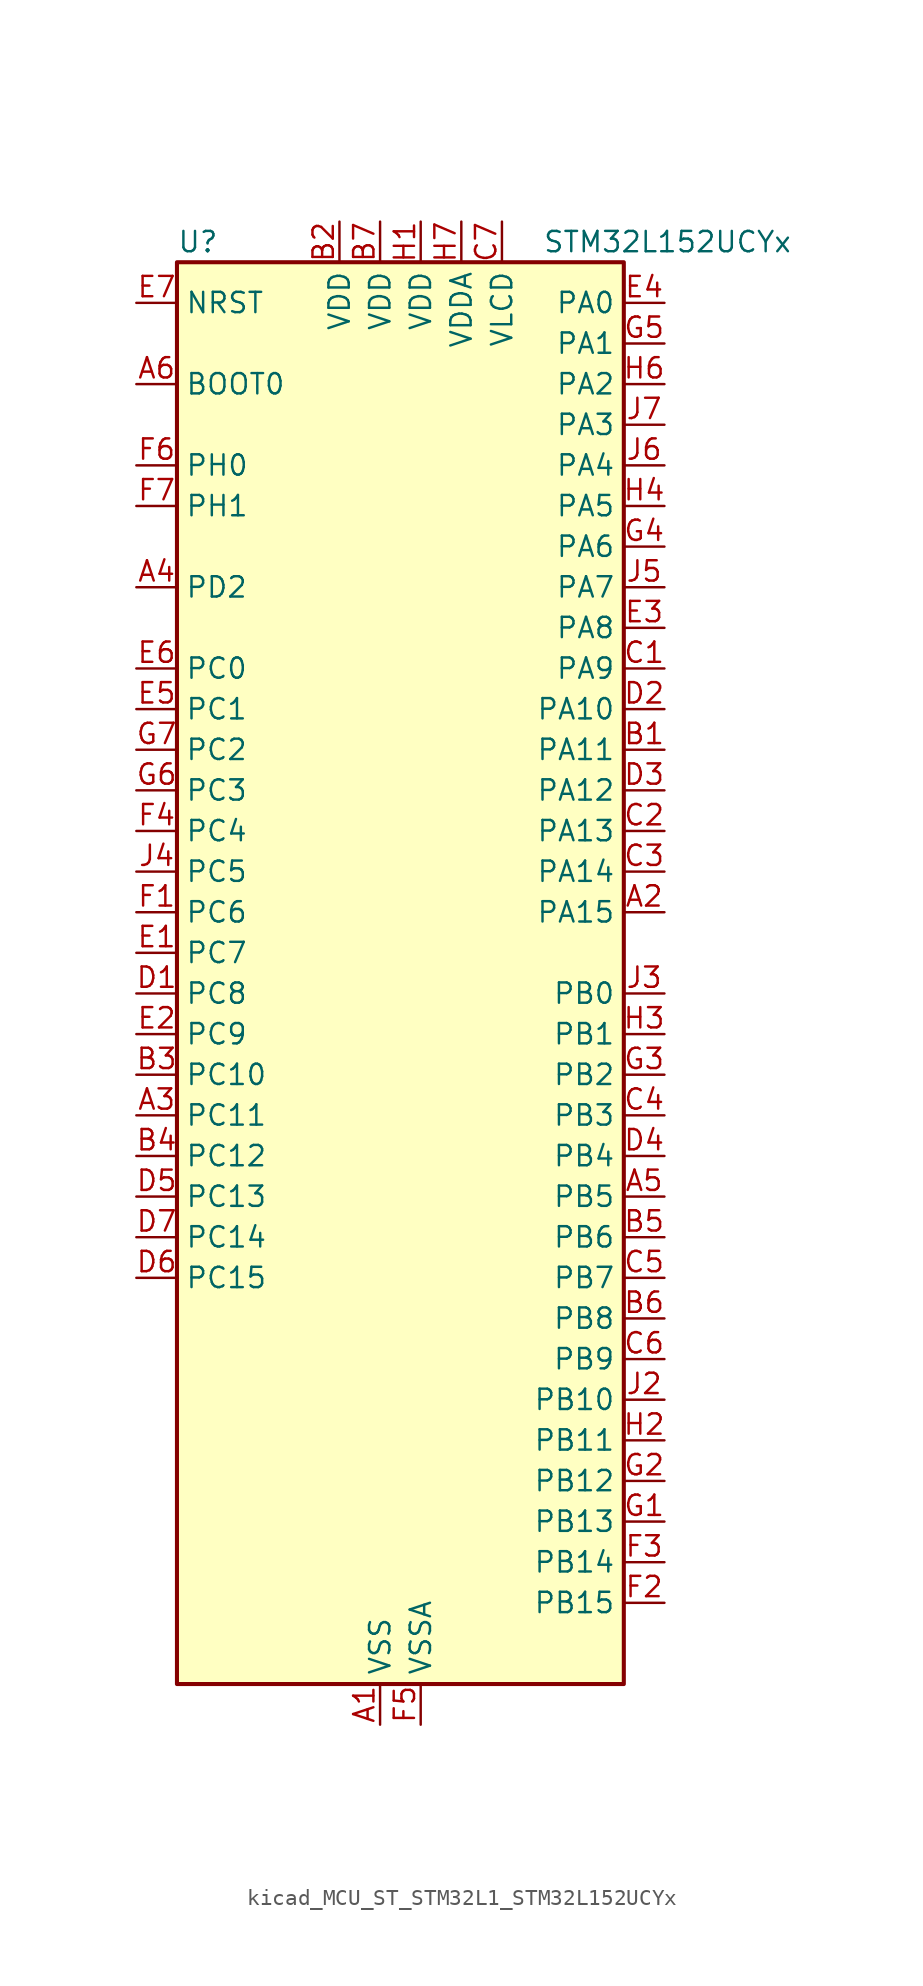
<source format=kicad_sym>
(kicad_symbol_lib
  (version 20220914)
  (generator kicad_symbol_editor)
  (symbol "kicad_MCU_ST_STM32L1_STM32L152UCYx"
    (property "Reference" "U"
      (at -12.7 46.99 0)
      (effects (font (size 1.27 1.27)) (justify left)))
    (property "Value" "STM32L152UCYx"
      (at 10.16 46.99 0)
      (effects (font (size 1.27 1.27)) (justify left)))
    (property "ki_locked" ""
      (at 0 0 0)
      (effects (font (size 1.27 1.27))))
    (symbol "kicad_MCU_ST_STM32L1_STM32L152UCYx_0_1"
      (rectangle (start -12.7 -43.18) (end 15.24 45.72) (stroke (width 0.254) (type default)) (fill (type background))))
    (symbol "kicad_MCU_ST_STM32L1_STM32L152UCYx_1_1"
      (pin power_in line (at 0 -45.72 90) (length 2.54) (name "VSS" (effects (font (size 1.27 1.27)))) (number "A1" (effects (font (size 1.27 1.27)))))
      (pin bidirectional line (at 17.78 5.08 180) (length 2.54) (name "PA15" (effects (font (size 1.27 1.27)))) (number "A2" (effects (font (size 1.27 1.27)))) (alternate "ADC_EXTI15" bidirectional line) (alternate "I2S3_WS" bidirectional line) (alternate "LCD_SEG17" bidirectional line) (alternate "SPI1_NSS" bidirectional line) (alternate "SPI3_NSS" bidirectional line) (alternate "SYS_JTDI" bidirectional line) (alternate "TIM2_CH1" bidirectional line) (alternate "TIM2_ETR" bidirectional line) (alternate "TIMX_IC4" bidirectional line) (alternate "TS_G5_IO3" bidirectional line))
      (pin bidirectional line (at -15.24 -7.62 0) (length 2.54) (name "PC11" (effects (font (size 1.27 1.27)))) (number "A3" (effects (font (size 1.27 1.27)))) (alternate "ADC_EXTI11" bidirectional line) (alternate "LCD_COM5" bidirectional line) (alternate "LCD_SEG29" bidirectional line) (alternate "SPI3_MISO" bidirectional line) (alternate "TIMX_IC4" bidirectional line) (alternate "USART3_RX" bidirectional line))
      (pin bidirectional line (at -15.24 25.4 0) (length 2.54) (name "PD2" (effects (font (size 1.27 1.27)))) (number "A4" (effects (font (size 1.27 1.27)))) (alternate "LCD_COM7" bidirectional line) (alternate "LCD_SEG31" bidirectional line) (alternate "TIM3_ETR" bidirectional line) (alternate "TIMX_IC3" bidirectional line))
      (pin bidirectional line (at 17.78 -12.7 180) (length 2.54) (name "PB5" (effects (font (size 1.27 1.27)))) (number "A5" (effects (font (size 1.27 1.27)))) (alternate "COMP2_INP" bidirectional line) (alternate "I2C1_SMBA" bidirectional line) (alternate "I2S3_SD" bidirectional line) (alternate "LCD_SEG9" bidirectional line) (alternate "SPI1_MOSI" bidirectional line) (alternate "SPI3_MOSI" bidirectional line) (alternate "TIM3_CH2" bidirectional line) (alternate "TS_G6_IO2" bidirectional line))
      (pin input line (at -15.24 38.1 0) (length 2.54) (name "BOOT0" (effects (font (size 1.27 1.27)))) (number "A6" (effects (font (size 1.27 1.27)))))
      (pin passive line (at 0 -45.72 90) (length 2.54) hide (name "VSS" (effects (font (size 1.27 1.27)))) (number "A7" (effects (font (size 1.27 1.27)))))
      (pin bidirectional line (at 17.78 15.24 180) (length 2.54) (name "PA11" (effects (font (size 1.27 1.27)))) (number "B1" (effects (font (size 1.27 1.27)))) (alternate "ADC_EXTI11" bidirectional line) (alternate "SPI1_MISO" bidirectional line) (alternate "TIMX_IC4" bidirectional line) (alternate "USART1_CTS" bidirectional line) (alternate "USB_DM" bidirectional line))
      (pin power_in line (at -2.54 48.26 270) (length 2.54) (name "VDD" (effects (font (size 1.27 1.27)))) (number "B2" (effects (font (size 1.27 1.27)))))
      (pin bidirectional line (at -15.24 -5.08 0) (length 2.54) (name "PC10" (effects (font (size 1.27 1.27)))) (number "B3" (effects (font (size 1.27 1.27)))) (alternate "I2S3_CK" bidirectional line) (alternate "LCD_COM4" bidirectional line) (alternate "LCD_SEG28" bidirectional line) (alternate "SPI3_SCK" bidirectional line) (alternate "TIMX_IC3" bidirectional line) (alternate "USART3_TX" bidirectional line))
      (pin bidirectional line (at -15.24 -10.16 0) (length 2.54) (name "PC12" (effects (font (size 1.27 1.27)))) (number "B4" (effects (font (size 1.27 1.27)))) (alternate "I2S3_SD" bidirectional line) (alternate "LCD_COM6" bidirectional line) (alternate "LCD_SEG30" bidirectional line) (alternate "SPI3_MOSI" bidirectional line) (alternate "TIMX_IC1" bidirectional line) (alternate "USART3_CK" bidirectional line))
      (pin bidirectional line (at 17.78 -15.24 180) (length 2.54) (name "PB6" (effects (font (size 1.27 1.27)))) (number "B5" (effects (font (size 1.27 1.27)))) (alternate "COMP2_INP" bidirectional line) (alternate "I2C1_SCL" bidirectional line) (alternate "TIM4_CH1" bidirectional line) (alternate "TS_G6_IO3" bidirectional line) (alternate "USART1_TX" bidirectional line))
      (pin bidirectional line (at 17.78 -20.32 180) (length 2.54) (name "PB8" (effects (font (size 1.27 1.27)))) (number "B6" (effects (font (size 1.27 1.27)))) (alternate "I2C1_SCL" bidirectional line) (alternate "LCD_SEG16" bidirectional line) (alternate "TIM10_CH1" bidirectional line) (alternate "TIM4_CH3" bidirectional line))
      (pin power_in line (at 0 48.26 270) (length 2.54) (name "VDD" (effects (font (size 1.27 1.27)))) (number "B7" (effects (font (size 1.27 1.27)))))
      (pin bidirectional line (at 17.78 20.32 180) (length 2.54) (name "PA9" (effects (font (size 1.27 1.27)))) (number "C1" (effects (font (size 1.27 1.27)))) (alternate "DAC_EXTI9" bidirectional line) (alternate "LCD_COM1" bidirectional line) (alternate "TIMX_IC2" bidirectional line) (alternate "TS_G4_IO2" bidirectional line) (alternate "USART1_TX" bidirectional line))
      (pin bidirectional line (at 17.78 10.16 180) (length 2.54) (name "PA13" (effects (font (size 1.27 1.27)))) (number "C2" (effects (font (size 1.27 1.27)))) (alternate "SYS_JTMS-SWDIO" bidirectional line) (alternate "TIMX_IC2" bidirectional line) (alternate "TS_G5_IO1" bidirectional line))
      (pin bidirectional line (at 17.78 7.62 180) (length 2.54) (name "PA14" (effects (font (size 1.27 1.27)))) (number "C3" (effects (font (size 1.27 1.27)))) (alternate "SYS_JTCK-SWCLK" bidirectional line) (alternate "TIMX_IC3" bidirectional line) (alternate "TS_G5_IO2" bidirectional line))
      (pin bidirectional line (at 17.78 -7.62 180) (length 2.54) (name "PB3" (effects (font (size 1.27 1.27)))) (number "C4" (effects (font (size 1.27 1.27)))) (alternate "COMP2_INM" bidirectional line) (alternate "I2S3_CK" bidirectional line) (alternate "LCD_SEG7" bidirectional line) (alternate "SPI1_SCK" bidirectional line) (alternate "SPI3_SCK" bidirectional line) (alternate "SYS_JTDO-TRACESWO" bidirectional line) (alternate "TIM2_CH2" bidirectional line))
      (pin bidirectional line (at 17.78 -17.78 180) (length 2.54) (name "PB7" (effects (font (size 1.27 1.27)))) (number "C5" (effects (font (size 1.27 1.27)))) (alternate "COMP2_INP" bidirectional line) (alternate "I2C1_SDA" bidirectional line) (alternate "SYS_PVD_IN" bidirectional line) (alternate "TIM4_CH2" bidirectional line) (alternate "TS_G6_IO4" bidirectional line) (alternate "USART1_RX" bidirectional line))
      (pin bidirectional line (at 17.78 -22.86 180) (length 2.54) (name "PB9" (effects (font (size 1.27 1.27)))) (number "C6" (effects (font (size 1.27 1.27)))) (alternate "DAC_EXTI9" bidirectional line) (alternate "I2C1_SDA" bidirectional line) (alternate "LCD_COM3" bidirectional line) (alternate "TIM11_CH1" bidirectional line) (alternate "TIM4_CH4" bidirectional line))
      (pin power_in line (at 7.62 48.26 270) (length 2.54) (name "VLCD" (effects (font (size 1.27 1.27)))) (number "C7" (effects (font (size 1.27 1.27)))))
      (pin bidirectional line (at -15.24 0 0) (length 2.54) (name "PC8" (effects (font (size 1.27 1.27)))) (number "D1" (effects (font (size 1.27 1.27)))) (alternate "LCD_SEG26" bidirectional line) (alternate "TIM3_CH3" bidirectional line) (alternate "TIMX_IC1" bidirectional line) (alternate "TS_G10_IO3" bidirectional line))
      (pin bidirectional line (at 17.78 17.78 180) (length 2.54) (name "PA10" (effects (font (size 1.27 1.27)))) (number "D2" (effects (font (size 1.27 1.27)))) (alternate "LCD_COM2" bidirectional line) (alternate "TIMX_IC3" bidirectional line) (alternate "TS_G4_IO3" bidirectional line) (alternate "USART1_RX" bidirectional line))
      (pin bidirectional line (at 17.78 12.7 180) (length 2.54) (name "PA12" (effects (font (size 1.27 1.27)))) (number "D3" (effects (font (size 1.27 1.27)))) (alternate "SPI1_MOSI" bidirectional line) (alternate "TIMX_IC1" bidirectional line) (alternate "USART1_RTS" bidirectional line) (alternate "USB_DP" bidirectional line))
      (pin bidirectional line (at 17.78 -10.16 180) (length 2.54) (name "PB4" (effects (font (size 1.27 1.27)))) (number "D4" (effects (font (size 1.27 1.27)))) (alternate "COMP2_INP" bidirectional line) (alternate "LCD_SEG8" bidirectional line) (alternate "SPI1_MISO" bidirectional line) (alternate "SPI3_MISO" bidirectional line) (alternate "SYS_JTRST" bidirectional line) (alternate "TIM3_CH1" bidirectional line) (alternate "TS_G6_IO1" bidirectional line))
      (pin bidirectional line (at -15.24 -12.7 0) (length 2.54) (name "PC13" (effects (font (size 1.27 1.27)))) (number "D5" (effects (font (size 1.27 1.27)))) (alternate "RTC_OUT_ALARM" bidirectional line) (alternate "RTC_OUT_CALIB" bidirectional line) (alternate "RTC_TAMP1" bidirectional line) (alternate "RTC_TS" bidirectional line) (alternate "SYS_WKUP2" bidirectional line) (alternate "TIMX_IC2" bidirectional line))
      (pin bidirectional line (at -15.24 -17.78 0) (length 2.54) (name "PC15" (effects (font (size 1.27 1.27)))) (number "D6" (effects (font (size 1.27 1.27)))) (alternate "ADC_EXTI15" bidirectional line) (alternate "RCC_OSC32_OUT" bidirectional line) (alternate "TIMX_IC4" bidirectional line))
      (pin bidirectional line (at -15.24 -15.24 0) (length 2.54) (name "PC14" (effects (font (size 1.27 1.27)))) (number "D7" (effects (font (size 1.27 1.27)))) (alternate "RCC_OSC32_IN" bidirectional line) (alternate "TIMX_IC3" bidirectional line))
      (pin bidirectional line (at -15.24 2.54 0) (length 2.54) (name "PC7" (effects (font (size 1.27 1.27)))) (number "E1" (effects (font (size 1.27 1.27)))) (alternate "I2S3_MCK" bidirectional line) (alternate "LCD_SEG25" bidirectional line) (alternate "TIM3_CH2" bidirectional line) (alternate "TIMX_IC4" bidirectional line) (alternate "TS_G10_IO2" bidirectional line))
      (pin bidirectional line (at -15.24 -2.54 0) (length 2.54) (name "PC9" (effects (font (size 1.27 1.27)))) (number "E2" (effects (font (size 1.27 1.27)))) (alternate "DAC_EXTI9" bidirectional line) (alternate "LCD_SEG27" bidirectional line) (alternate "TIM3_CH4" bidirectional line) (alternate "TIMX_IC2" bidirectional line) (alternate "TS_G10_IO4" bidirectional line))
      (pin bidirectional line (at 17.78 22.86 180) (length 2.54) (name "PA8" (effects (font (size 1.27 1.27)))) (number "E3" (effects (font (size 1.27 1.27)))) (alternate "LCD_COM0" bidirectional line) (alternate "RCC_MCO" bidirectional line) (alternate "TIMX_IC1" bidirectional line) (alternate "TS_G4_IO1" bidirectional line) (alternate "USART1_CK" bidirectional line))
      (pin bidirectional line (at 17.78 43.18 180) (length 2.54) (name "PA0" (effects (font (size 1.27 1.27)))) (number "E4" (effects (font (size 1.27 1.27)))) (alternate "ADC_IN0" bidirectional line) (alternate "COMP1_INP" bidirectional line) (alternate "RTC_TAMP2" bidirectional line) (alternate "SYS_WKUP1" bidirectional line) (alternate "TIM2_CH1" bidirectional line) (alternate "TIM2_ETR" bidirectional line) (alternate "TIM5_CH1" bidirectional line) (alternate "TIMX_IC1" bidirectional line) (alternate "TS_G1_IO1" bidirectional line) (alternate "USART2_CTS" bidirectional line))
      (pin bidirectional line (at -15.24 17.78 0) (length 2.54) (name "PC1" (effects (font (size 1.27 1.27)))) (number "E5" (effects (font (size 1.27 1.27)))) (alternate "ADC_IN11" bidirectional line) (alternate "COMP1_INP" bidirectional line) (alternate "LCD_SEG19" bidirectional line) (alternate "TIMX_IC2" bidirectional line) (alternate "TS_G8_IO2" bidirectional line))
      (pin bidirectional line (at -15.24 20.32 0) (length 2.54) (name "PC0" (effects (font (size 1.27 1.27)))) (number "E6" (effects (font (size 1.27 1.27)))) (alternate "ADC_IN10" bidirectional line) (alternate "COMP1_INP" bidirectional line) (alternate "LCD_SEG18" bidirectional line) (alternate "TIMX_IC1" bidirectional line) (alternate "TS_G8_IO1" bidirectional line))
      (pin input line (at -15.24 43.18 0) (length 2.54) (name "NRST" (effects (font (size 1.27 1.27)))) (number "E7" (effects (font (size 1.27 1.27)))))
      (pin bidirectional line (at -15.24 5.08 0) (length 2.54) (name "PC6" (effects (font (size 1.27 1.27)))) (number "F1" (effects (font (size 1.27 1.27)))) (alternate "I2S2_MCK" bidirectional line) (alternate "LCD_SEG24" bidirectional line) (alternate "TIM3_CH1" bidirectional line) (alternate "TIMX_IC3" bidirectional line) (alternate "TS_G10_IO1" bidirectional line))
      (pin bidirectional line (at 17.78 -38.1 180) (length 2.54) (name "PB15" (effects (font (size 1.27 1.27)))) (number "F2" (effects (font (size 1.27 1.27)))) (alternate "ADC_EXTI15" bidirectional line) (alternate "ADC_IN21" bidirectional line) (alternate "COMP1_INP" bidirectional line) (alternate "I2S2_SD" bidirectional line) (alternate "LCD_SEG15" bidirectional line) (alternate "RTC_REFIN" bidirectional line) (alternate "SPI2_MOSI" bidirectional line) (alternate "TIM11_CH1" bidirectional line) (alternate "TS_G7_IO4" bidirectional line))
      (pin bidirectional line (at 17.78 -35.56 180) (length 2.54) (name "PB14" (effects (font (size 1.27 1.27)))) (number "F3" (effects (font (size 1.27 1.27)))) (alternate "ADC_IN20" bidirectional line) (alternate "COMP1_INP" bidirectional line) (alternate "LCD_SEG14" bidirectional line) (alternate "SPI2_MISO" bidirectional line) (alternate "TIM9_CH2" bidirectional line) (alternate "TS_G7_IO3" bidirectional line) (alternate "USART3_RTS" bidirectional line))
      (pin bidirectional line (at -15.24 10.16 0) (length 2.54) (name "PC4" (effects (font (size 1.27 1.27)))) (number "F4" (effects (font (size 1.27 1.27)))) (alternate "ADC_IN14" bidirectional line) (alternate "COMP1_INP" bidirectional line) (alternate "LCD_SEG22" bidirectional line) (alternate "TIMX_IC1" bidirectional line) (alternate "TS_G9_IO1" bidirectional line))
      (pin power_in line (at 2.54 -45.72 90) (length 2.54) (name "VSSA" (effects (font (size 1.27 1.27)))) (number "F5" (effects (font (size 1.27 1.27)))))
      (pin bidirectional line (at -15.24 33.02 0) (length 2.54) (name "PH0" (effects (font (size 1.27 1.27)))) (number "F6" (effects (font (size 1.27 1.27)))) (alternate "RCC_OSC_IN" bidirectional line))
      (pin bidirectional line (at -15.24 30.48 0) (length 2.54) (name "PH1" (effects (font (size 1.27 1.27)))) (number "F7" (effects (font (size 1.27 1.27)))) (alternate "RCC_OSC_OUT" bidirectional line))
      (pin bidirectional line (at 17.78 -33.02 180) (length 2.54) (name "PB13" (effects (font (size 1.27 1.27)))) (number "G1" (effects (font (size 1.27 1.27)))) (alternate "ADC_IN19" bidirectional line) (alternate "COMP1_INP" bidirectional line) (alternate "I2S2_CK" bidirectional line) (alternate "LCD_SEG13" bidirectional line) (alternate "SPI2_SCK" bidirectional line) (alternate "TIM9_CH1" bidirectional line) (alternate "TS_G7_IO2" bidirectional line) (alternate "USART3_CTS" bidirectional line))
      (pin bidirectional line (at 17.78 -30.48 180) (length 2.54) (name "PB12" (effects (font (size 1.27 1.27)))) (number "G2" (effects (font (size 1.27 1.27)))) (alternate "ADC_IN18" bidirectional line) (alternate "COMP1_INP" bidirectional line) (alternate "I2C2_SMBA" bidirectional line) (alternate "I2S2_WS" bidirectional line) (alternate "LCD_SEG12" bidirectional line) (alternate "SPI2_NSS" bidirectional line) (alternate "TIM10_CH1" bidirectional line) (alternate "TS_G7_IO1" bidirectional line) (alternate "USART3_CK" bidirectional line))
      (pin bidirectional line (at 17.78 -5.08 180) (length 2.54) (name "PB2" (effects (font (size 1.27 1.27)))) (number "G3" (effects (font (size 1.27 1.27)))) (alternate "TS_G3_IO3" bidirectional line))
      (pin bidirectional line (at 17.78 27.94 180) (length 2.54) (name "PA6" (effects (font (size 1.27 1.27)))) (number "G4" (effects (font (size 1.27 1.27)))) (alternate "ADC_IN6" bidirectional line) (alternate "COMP1_INP" bidirectional line) (alternate "LCD_SEG3" bidirectional line) (alternate "OPAMP2_VINP" bidirectional line) (alternate "SPI1_MISO" bidirectional line) (alternate "TIM10_CH1" bidirectional line) (alternate "TIM3_CH1" bidirectional line) (alternate "TIMX_IC3" bidirectional line) (alternate "TS_G2_IO1" bidirectional line))
      (pin bidirectional line (at 17.78 40.64 180) (length 2.54) (name "PA1" (effects (font (size 1.27 1.27)))) (number "G5" (effects (font (size 1.27 1.27)))) (alternate "ADC_IN1" bidirectional line) (alternate "COMP1_INP" bidirectional line) (alternate "LCD_SEG0" bidirectional line) (alternate "OPAMP1_VINP" bidirectional line) (alternate "TIM2_CH2" bidirectional line) (alternate "TIM5_CH2" bidirectional line) (alternate "TIMX_IC2" bidirectional line) (alternate "TS_G1_IO2" bidirectional line) (alternate "USART2_RTS" bidirectional line))
      (pin bidirectional line (at -15.24 12.7 0) (length 2.54) (name "PC3" (effects (font (size 1.27 1.27)))) (number "G6" (effects (font (size 1.27 1.27)))) (alternate "ADC_IN13" bidirectional line) (alternate "COMP1_INP" bidirectional line) (alternate "LCD_SEG21" bidirectional line) (alternate "TIMX_IC4" bidirectional line) (alternate "TS_G8_IO4" bidirectional line))
      (pin bidirectional line (at -15.24 15.24 0) (length 2.54) (name "PC2" (effects (font (size 1.27 1.27)))) (number "G7" (effects (font (size 1.27 1.27)))) (alternate "ADC_IN12" bidirectional line) (alternate "COMP1_INP" bidirectional line) (alternate "LCD_SEG20" bidirectional line) (alternate "TIMX_IC3" bidirectional line) (alternate "TS_G8_IO3" bidirectional line))
      (pin power_in line (at 2.54 48.26 270) (length 2.54) (name "VDD" (effects (font (size 1.27 1.27)))) (number "H1" (effects (font (size 1.27 1.27)))))
      (pin bidirectional line (at 17.78 -27.94 180) (length 2.54) (name "PB11" (effects (font (size 1.27 1.27)))) (number "H2" (effects (font (size 1.27 1.27)))) (alternate "ADC_EXTI11" bidirectional line) (alternate "I2C2_SDA" bidirectional line) (alternate "LCD_SEG11" bidirectional line) (alternate "TIM2_CH4" bidirectional line) (alternate "USART3_RX" bidirectional line))
      (pin bidirectional line (at 17.78 -2.54 180) (length 2.54) (name "PB1" (effects (font (size 1.27 1.27)))) (number "H3" (effects (font (size 1.27 1.27)))) (alternate "ADC_IN9" bidirectional line) (alternate "COMP1_INP" bidirectional line) (alternate "LCD_SEG6" bidirectional line) (alternate "SYS_V_REF_OUT" bidirectional line) (alternate "TIM3_CH4" bidirectional line) (alternate "TS_G3_IO2" bidirectional line))
      (pin bidirectional line (at 17.78 30.48 180) (length 2.54) (name "PA5" (effects (font (size 1.27 1.27)))) (number "H4" (effects (font (size 1.27 1.27)))) (alternate "ADC_IN5" bidirectional line) (alternate "COMP1_INP" bidirectional line) (alternate "DAC_OUT2" bidirectional line) (alternate "SPI1_SCK" bidirectional line) (alternate "TIM2_CH1" bidirectional line) (alternate "TIM2_ETR" bidirectional line) (alternate "TIMX_IC2" bidirectional line))
      (pin passive line (at 0 -45.72 90) (length 2.54) hide (name "VSS" (effects (font (size 1.27 1.27)))) (number "H5" (effects (font (size 1.27 1.27)))))
      (pin bidirectional line (at 17.78 38.1 180) (length 2.54) (name "PA2" (effects (font (size 1.27 1.27)))) (number "H6" (effects (font (size 1.27 1.27)))) (alternate "ADC_IN2" bidirectional line) (alternate "COMP1_INP" bidirectional line) (alternate "LCD_SEG1" bidirectional line) (alternate "OPAMP1_VINM" bidirectional line) (alternate "TIM2_CH3" bidirectional line) (alternate "TIM5_CH3" bidirectional line) (alternate "TIM9_CH1" bidirectional line) (alternate "TIMX_IC3" bidirectional line) (alternate "TS_G1_IO3" bidirectional line) (alternate "USART2_TX" bidirectional line))
      (pin power_in line (at 5.08 48.26 270) (length 2.54) (name "VDDA" (effects (font (size 1.27 1.27)))) (number "H7" (effects (font (size 1.27 1.27)))))
      (pin passive line (at 0 -45.72 90) (length 2.54) hide (name "VSS" (effects (font (size 1.27 1.27)))) (number "J1" (effects (font (size 1.27 1.27)))))
      (pin bidirectional line (at 17.78 -25.4 180) (length 2.54) (name "PB10" (effects (font (size 1.27 1.27)))) (number "J2" (effects (font (size 1.27 1.27)))) (alternate "I2C2_SCL" bidirectional line) (alternate "LCD_SEG10" bidirectional line) (alternate "TIM2_CH3" bidirectional line) (alternate "USART3_TX" bidirectional line))
      (pin bidirectional line (at 17.78 0 180) (length 2.54) (name "PB0" (effects (font (size 1.27 1.27)))) (number "J3" (effects (font (size 1.27 1.27)))) (alternate "ADC_IN8" bidirectional line) (alternate "COMP1_INP" bidirectional line) (alternate "LCD_SEG5" bidirectional line) (alternate "OPAMP2_VOUT" bidirectional line) (alternate "SYS_V_REF_OUT" bidirectional line) (alternate "TIM3_CH3" bidirectional line) (alternate "TS_G3_IO1" bidirectional line))
      (pin bidirectional line (at -15.24 7.62 0) (length 2.54) (name "PC5" (effects (font (size 1.27 1.27)))) (number "J4" (effects (font (size 1.27 1.27)))) (alternate "ADC_IN15" bidirectional line) (alternate "COMP1_INP" bidirectional line) (alternate "LCD_SEG23" bidirectional line) (alternate "TIMX_IC2" bidirectional line) (alternate "TS_G9_IO2" bidirectional line))
      (pin bidirectional line (at 17.78 25.4 180) (length 2.54) (name "PA7" (effects (font (size 1.27 1.27)))) (number "J5" (effects (font (size 1.27 1.27)))) (alternate "ADC_IN7" bidirectional line) (alternate "COMP1_INP" bidirectional line) (alternate "LCD_SEG4" bidirectional line) (alternate "OPAMP2_VINM" bidirectional line) (alternate "SPI1_MOSI" bidirectional line) (alternate "TIM11_CH1" bidirectional line) (alternate "TIM3_CH2" bidirectional line) (alternate "TIMX_IC4" bidirectional line) (alternate "TS_G2_IO2" bidirectional line))
      (pin bidirectional line (at 17.78 33.02 180) (length 2.54) (name "PA4" (effects (font (size 1.27 1.27)))) (number "J6" (effects (font (size 1.27 1.27)))) (alternate "ADC_IN4" bidirectional line) (alternate "COMP1_INP" bidirectional line) (alternate "DAC_OUT1" bidirectional line) (alternate "I2S3_WS" bidirectional line) (alternate "SPI1_NSS" bidirectional line) (alternate "SPI3_NSS" bidirectional line) (alternate "TIMX_IC1" bidirectional line) (alternate "USART2_CK" bidirectional line))
      (pin bidirectional line (at 17.78 35.56 180) (length 2.54) (name "PA3" (effects (font (size 1.27 1.27)))) (number "J7" (effects (font (size 1.27 1.27)))) (alternate "ADC_IN3" bidirectional line) (alternate "COMP1_INP" bidirectional line) (alternate "LCD_SEG2" bidirectional line) (alternate "OPAMP1_VOUT" bidirectional line) (alternate "TIM2_CH4" bidirectional line) (alternate "TIM5_CH4" bidirectional line) (alternate "TIM9_CH2" bidirectional line) (alternate "TIMX_IC4" bidirectional line) (alternate "TS_G1_IO4" bidirectional line) (alternate "USART2_RX" bidirectional line)))))
</source>
